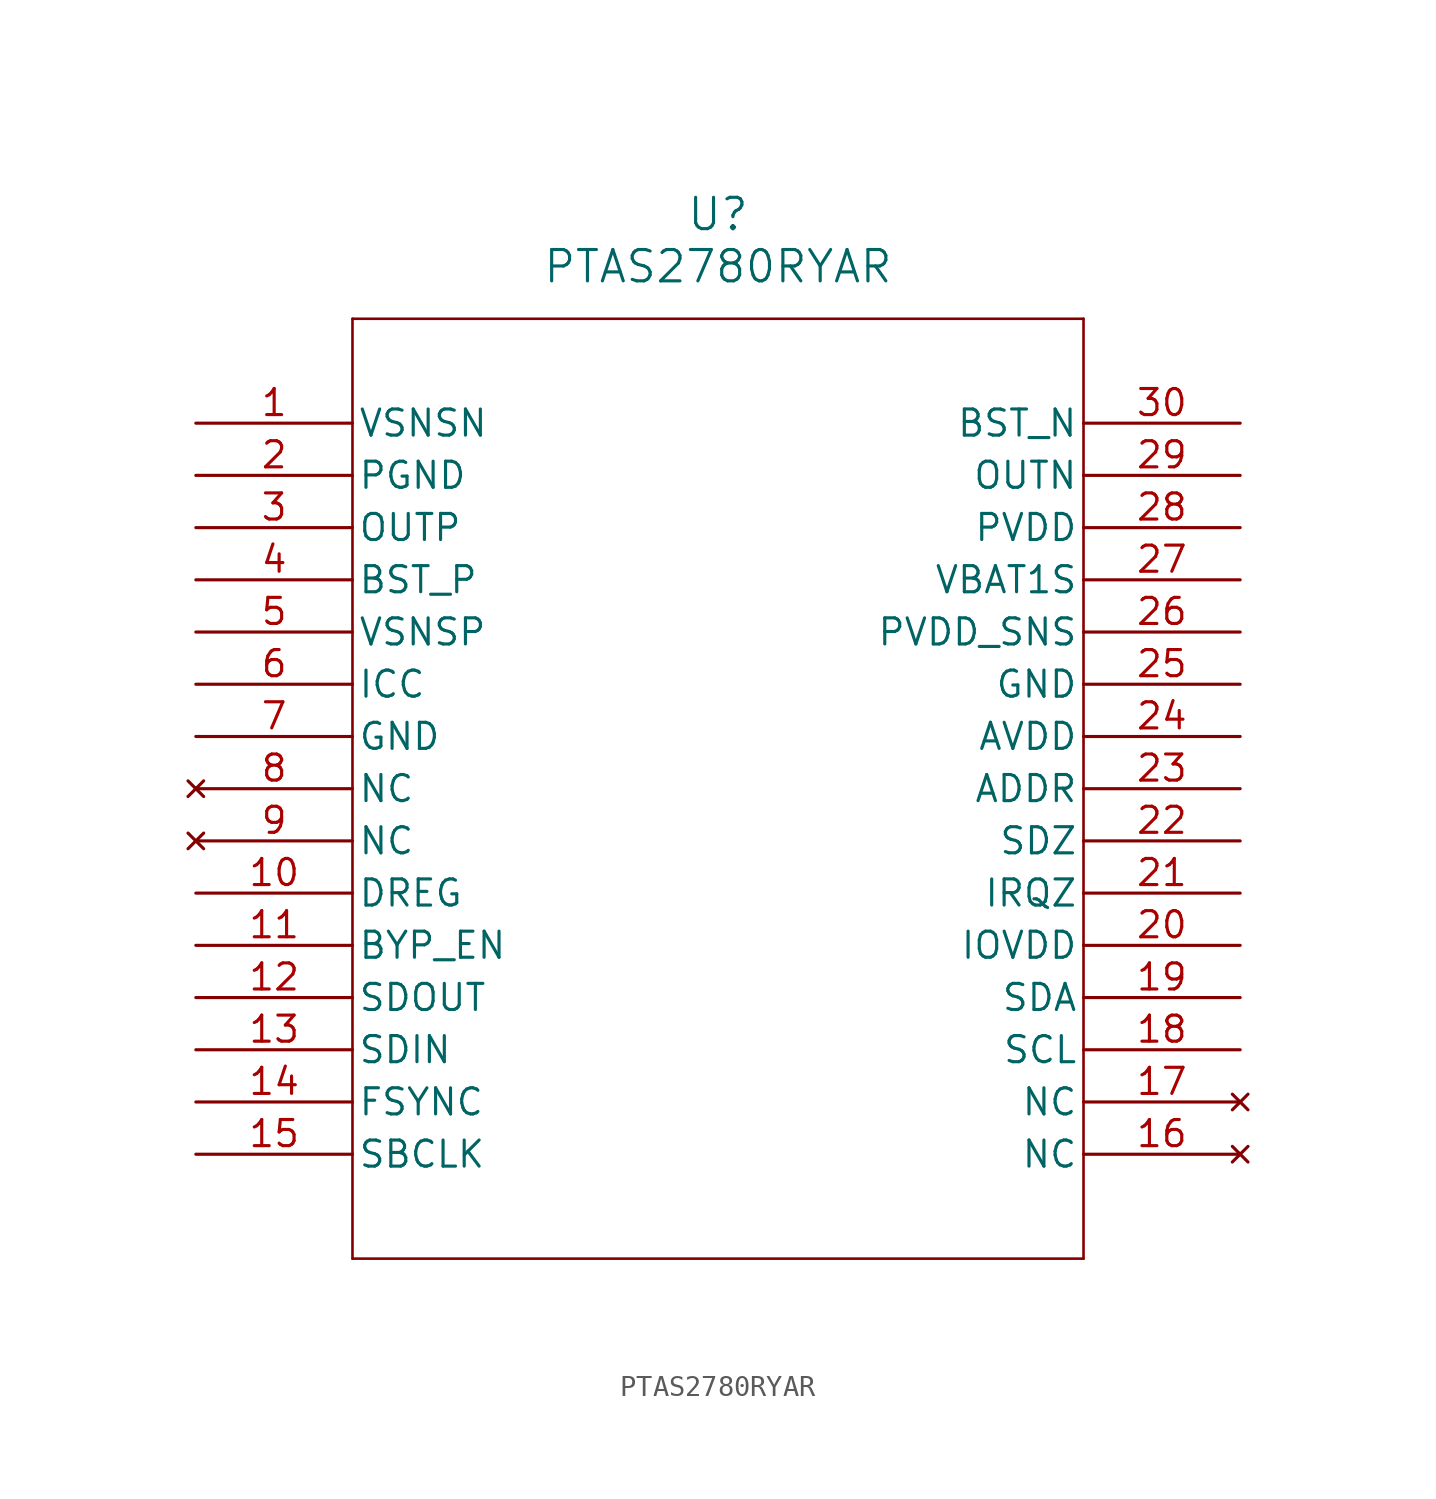
<source format=kicad_sym>
(kicad_symbol_lib
  (version 20211014)
  (generator kicad_symbol_editor)
  (symbol "PTAS2780RYAR"
    (pin_names
      (offset 0.254))
    (property "Reference" "U"
      (at 25.4 10.16 0)
      (effects (font (size 1.524 1.524))))
    (property "Value" "PTAS2780RYAR"
      (at 25.4 7.62 0)
      (effects (font (size 1.524 1.524))))
    (symbol "PTAS2780RYAR_0_1"
      (polyline (pts (xy 7.62 5.08) (xy 7.62 -40.64)) (stroke (width 0.127) (type default) (color 0 0 0 0)) (fill (type none)))
      (polyline (pts (xy 7.62 -40.64) (xy 43.18 -40.64)) (stroke (width 0.127) (type default) (color 0 0 0 0)) (fill (type none)))
      (polyline (pts (xy 43.18 -40.64) (xy 43.18 5.08)) (stroke (width 0.127) (type default) (color 0 0 0 0)) (fill (type none)))
      (polyline (pts (xy 43.18 5.08) (xy 7.62 5.08)) (stroke (width 0.127) (type default) (color 0 0 0 0)) (fill (type none)))
      (pin input line (at 0 0 0) (length 7.62) (name "VSNSN" (effects (font (size 1.27 1.27)))) (number "1" (effects (font (size 1.27 1.27)))))
      (pin power_out line (at 0 -2.54 0) (length 7.62) (name "PGND" (effects (font (size 1.27 1.27)))) (number "2" (effects (font (size 1.27 1.27)))))
      (pin output line (at 0 -5.08 0) (length 7.62) (name "OUTP" (effects (font (size 1.27 1.27)))) (number "3" (effects (font (size 1.27 1.27)))))
      (pin power_in line (at 0 -7.62 0) (length 7.62) (name "BST_P" (effects (font (size 1.27 1.27)))) (number "4" (effects (font (size 1.27 1.27)))))
      (pin input line (at 0 -10.16 0) (length 7.62) (name "VSNSP" (effects (font (size 1.27 1.27)))) (number "5" (effects (font (size 1.27 1.27)))))
      (pin unspecified line (at 0 -12.7 0) (length 7.62) (name "ICC" (effects (font (size 1.27 1.27)))) (number "6" (effects (font (size 1.27 1.27)))))
      (pin power_out line (at 0 -15.24 0) (length 7.62) (name "GND" (effects (font (size 1.27 1.27)))) (number "7" (effects (font (size 1.27 1.27)))))
      (pin no_connect line (at 0 -17.78 0) (length 7.62) (name "NC" (effects (font (size 1.27 1.27)))) (number "8" (effects (font (size 1.27 1.27)))))
      (pin no_connect line (at 0 -20.32 0) (length 7.62) (name "NC" (effects (font (size 1.27 1.27)))) (number "9" (effects (font (size 1.27 1.27)))))
      (pin power_in line (at 0 -22.86 0) (length 7.62) (name "DREG" (effects (font (size 1.27 1.27)))) (number "10" (effects (font (size 1.27 1.27)))))
      (pin output line (at 0 -25.4 0) (length 7.62) (name "BYP_EN" (effects (font (size 1.27 1.27)))) (number "11" (effects (font (size 1.27 1.27)))))
      (pin bidirectional line (at 0 -27.94 0) (length 7.62) (name "SDOUT" (effects (font (size 1.27 1.27)))) (number "12" (effects (font (size 1.27 1.27)))))
      (pin input line (at 0 -30.48 0) (length 7.62) (name "SDIN" (effects (font (size 1.27 1.27)))) (number "13" (effects (font (size 1.27 1.27)))))
      (pin input line (at 0 -33.02 0) (length 7.62) (name "FSYNC" (effects (font (size 1.27 1.27)))) (number "14" (effects (font (size 1.27 1.27)))))
      (pin input line (at 0 -35.56 0) (length 7.62) (name "SBCLK" (effects (font (size 1.27 1.27)))) (number "15" (effects (font (size 1.27 1.27)))))
      (pin no_connect line (at 50.8 -35.56 180) (length 7.62) (name "NC" (effects (font (size 1.27 1.27)))) (number "16" (effects (font (size 1.27 1.27)))))
      (pin no_connect line (at 50.8 -33.02 180) (length 7.62) (name "NC" (effects (font (size 1.27 1.27)))) (number "17" (effects (font (size 1.27 1.27)))))
      (pin input line (at 50.8 -30.48 180) (length 7.62) (name "SCL" (effects (font (size 1.27 1.27)))) (number "18" (effects (font (size 1.27 1.27)))))
      (pin bidirectional line (at 50.8 -27.94 180) (length 7.62) (name "SDA" (effects (font (size 1.27 1.27)))) (number "19" (effects (font (size 1.27 1.27)))))
      (pin power_in line (at 50.8 -25.4 180) (length 7.62) (name "IOVDD" (effects (font (size 1.27 1.27)))) (number "20" (effects (font (size 1.27 1.27)))))
      (pin output line (at 50.8 -22.86 180) (length 7.62) (name "IRQZ" (effects (font (size 1.27 1.27)))) (number "21" (effects (font (size 1.27 1.27)))))
      (pin input line (at 50.8 -20.32 180) (length 7.62) (name "SDZ" (effects (font (size 1.27 1.27)))) (number "22" (effects (font (size 1.27 1.27)))))
      (pin input line (at 50.8 -17.78 180) (length 7.62) (name "ADDR" (effects (font (size 1.27 1.27)))) (number "23" (effects (font (size 1.27 1.27)))))
      (pin power_in line (at 50.8 -15.24 180) (length 7.62) (name "AVDD" (effects (font (size 1.27 1.27)))) (number "24" (effects (font (size 1.27 1.27)))))
      (pin power_out line (at 50.8 -12.7 180) (length 7.62) (name "GND" (effects (font (size 1.27 1.27)))) (number "25" (effects (font (size 1.27 1.27)))))
      (pin input line (at 50.8 -10.16 180) (length 7.62) (name "PVDD_SNS" (effects (font (size 1.27 1.27)))) (number "26" (effects (font (size 1.27 1.27)))))
      (pin power_in line (at 50.8 -7.62 180) (length 7.62) (name "VBAT1S" (effects (font (size 1.27 1.27)))) (number "27" (effects (font (size 1.27 1.27)))))
      (pin power_in line (at 50.8 -5.08 180) (length 7.62) (name "PVDD" (effects (font (size 1.27 1.27)))) (number "28" (effects (font (size 1.27 1.27)))))
      (pin output line (at 50.8 -2.54 180) (length 7.62) (name "OUTN" (effects (font (size 1.27 1.27)))) (number "29" (effects (font (size 1.27 1.27)))))
      (pin power_in line (at 50.8 0 180) (length 7.62) (name "BST_N" (effects (font (size 1.27 1.27)))) (number "30" (effects (font (size 1.27 1.27))))))))
</source>
